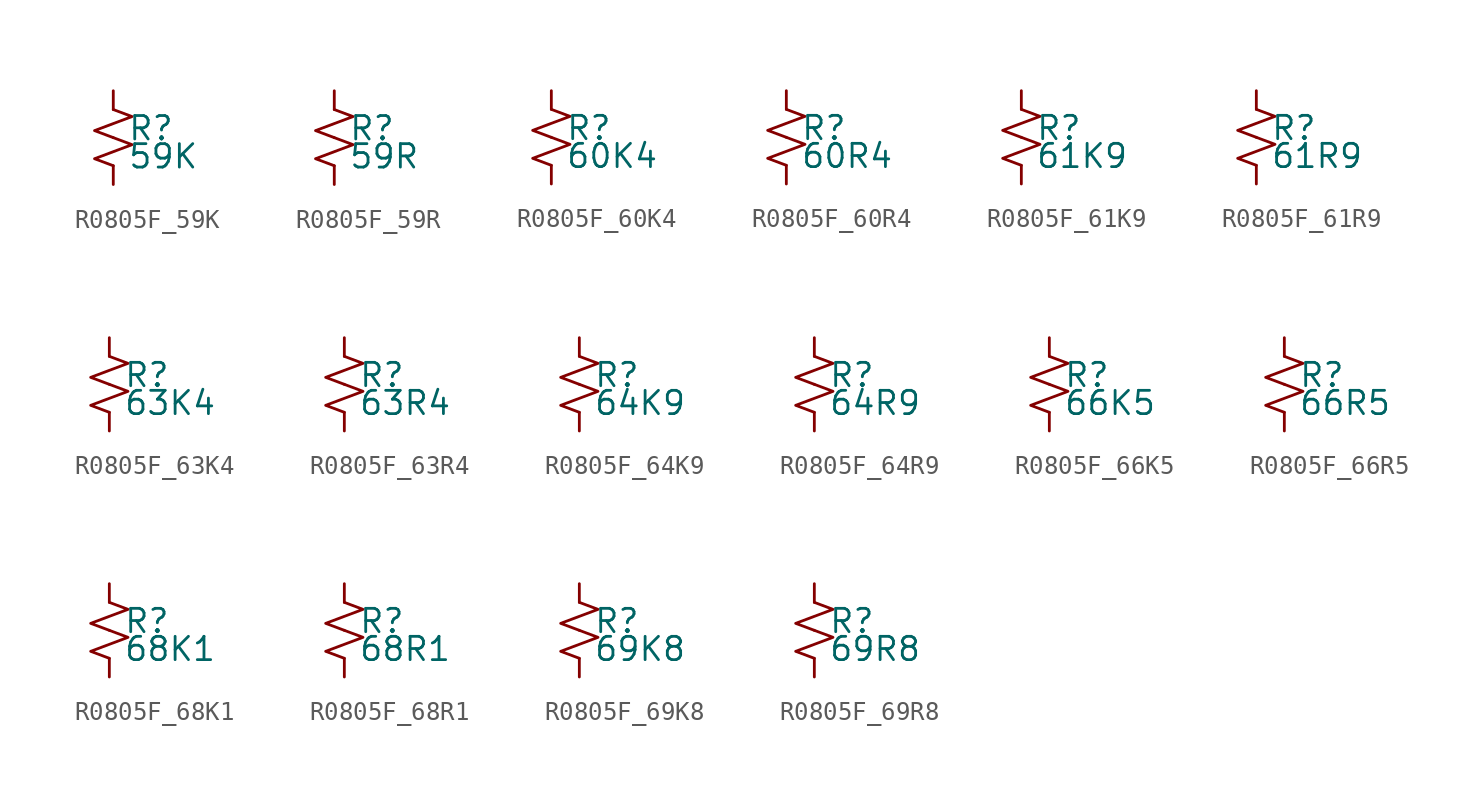
<source format=kicad_sym>
(kicad_symbol_lib
  (version 20220914)
  (generator kicad_symbol_editor)
  (symbol "R0805F_59K"
    (pin_numbers hide)
    (pin_names
      (offset 0.254) hide)
    (property "Reference" "R"
      (at 0.762 0.508 0)
      (effects (font (size 1.27 1.27)) (justify left)))
    (property "Value" "59K"
      (at 0.762 -1.016 0)
      (effects (font (size 1.27 1.27)) (justify left)))
    (symbol "R0805F_59K_1_1"
      (polyline (pts (xy 0 0) (xy 1.016 -0.381) (xy 0 -0.762) (xy -1.016 -1.143) (xy 0 -1.524)) (stroke (width 0) (type default)) (fill (type none)))
      (polyline (pts (xy 0 1.524) (xy 1.016 1.143) (xy 0 0.762) (xy -1.016 0.381) (xy 0 0)) (stroke (width 0) (type default)) (fill (type none)))
      (pin passive line (at 0 2.54 270) (length 1.016) (name "~" (effects (font (size 1.27 1.27)))) (number "1" (effects (font (size 1.27 1.27)))))
      (pin passive line (at 0 -2.54 90) (length 1.016) (name "~" (effects (font (size 1.27 1.27)))) (number "2" (effects (font (size 1.27 1.27)))))))
  (symbol "R0805F_59R"
    (pin_numbers hide)
    (pin_names
      (offset 0.254) hide)
    (property "Reference" "R"
      (at 0.762 0.508 0)
      (effects (font (size 1.27 1.27)) (justify left)))
    (property "Value" "59R"
      (at 0.762 -1.016 0)
      (effects (font (size 1.27 1.27)) (justify left)))
    (symbol "R0805F_59R_1_1"
      (polyline (pts (xy 0 0) (xy 1.016 -0.381) (xy 0 -0.762) (xy -1.016 -1.143) (xy 0 -1.524)) (stroke (width 0) (type default)) (fill (type none)))
      (polyline (pts (xy 0 1.524) (xy 1.016 1.143) (xy 0 0.762) (xy -1.016 0.381) (xy 0 0)) (stroke (width 0) (type default)) (fill (type none)))
      (pin passive line (at 0 2.54 270) (length 1.016) (name "~" (effects (font (size 1.27 1.27)))) (number "1" (effects (font (size 1.27 1.27)))))
      (pin passive line (at 0 -2.54 90) (length 1.016) (name "~" (effects (font (size 1.27 1.27)))) (number "2" (effects (font (size 1.27 1.27)))))))
  (symbol "R0805F_60K4"
    (pin_numbers hide)
    (pin_names
      (offset 0.254) hide)
    (property "Reference" "R"
      (at 0.762 0.508 0)
      (effects (font (size 1.27 1.27)) (justify left)))
    (property "Value" "60K4"
      (at 0.762 -1.016 0)
      (effects (font (size 1.27 1.27)) (justify left)))
    (symbol "R0805F_60K4_1_1"
      (polyline (pts (xy 0 0) (xy 1.016 -0.381) (xy 0 -0.762) (xy -1.016 -1.143) (xy 0 -1.524)) (stroke (width 0) (type default)) (fill (type none)))
      (polyline (pts (xy 0 1.524) (xy 1.016 1.143) (xy 0 0.762) (xy -1.016 0.381) (xy 0 0)) (stroke (width 0) (type default)) (fill (type none)))
      (pin passive line (at 0 2.54 270) (length 1.016) (name "~" (effects (font (size 1.27 1.27)))) (number "1" (effects (font (size 1.27 1.27)))))
      (pin passive line (at 0 -2.54 90) (length 1.016) (name "~" (effects (font (size 1.27 1.27)))) (number "2" (effects (font (size 1.27 1.27)))))))
  (symbol "R0805F_60R4"
    (pin_numbers hide)
    (pin_names
      (offset 0.254) hide)
    (property "Reference" "R"
      (at 0.762 0.508 0)
      (effects (font (size 1.27 1.27)) (justify left)))
    (property "Value" "60R4"
      (at 0.762 -1.016 0)
      (effects (font (size 1.27 1.27)) (justify left)))
    (symbol "R0805F_60R4_1_1"
      (polyline (pts (xy 0 0) (xy 1.016 -0.381) (xy 0 -0.762) (xy -1.016 -1.143) (xy 0 -1.524)) (stroke (width 0) (type default)) (fill (type none)))
      (polyline (pts (xy 0 1.524) (xy 1.016 1.143) (xy 0 0.762) (xy -1.016 0.381) (xy 0 0)) (stroke (width 0) (type default)) (fill (type none)))
      (pin passive line (at 0 2.54 270) (length 1.016) (name "~" (effects (font (size 1.27 1.27)))) (number "1" (effects (font (size 1.27 1.27)))))
      (pin passive line (at 0 -2.54 90) (length 1.016) (name "~" (effects (font (size 1.27 1.27)))) (number "2" (effects (font (size 1.27 1.27)))))))
  (symbol "R0805F_61K9"
    (pin_numbers hide)
    (pin_names
      (offset 0.254) hide)
    (property "Reference" "R"
      (at 0.762 0.508 0)
      (effects (font (size 1.27 1.27)) (justify left)))
    (property "Value" "61K9"
      (at 0.762 -1.016 0)
      (effects (font (size 1.27 1.27)) (justify left)))
    (symbol "R0805F_61K9_1_1"
      (polyline (pts (xy 0 0) (xy 1.016 -0.381) (xy 0 -0.762) (xy -1.016 -1.143) (xy 0 -1.524)) (stroke (width 0) (type default)) (fill (type none)))
      (polyline (pts (xy 0 1.524) (xy 1.016 1.143) (xy 0 0.762) (xy -1.016 0.381) (xy 0 0)) (stroke (width 0) (type default)) (fill (type none)))
      (pin passive line (at 0 2.54 270) (length 1.016) (name "~" (effects (font (size 1.27 1.27)))) (number "1" (effects (font (size 1.27 1.27)))))
      (pin passive line (at 0 -2.54 90) (length 1.016) (name "~" (effects (font (size 1.27 1.27)))) (number "2" (effects (font (size 1.27 1.27)))))))
  (symbol "R0805F_61R9"
    (pin_numbers hide)
    (pin_names
      (offset 0.254) hide)
    (property "Reference" "R"
      (at 0.762 0.508 0)
      (effects (font (size 1.27 1.27)) (justify left)))
    (property "Value" "61R9"
      (at 0.762 -1.016 0)
      (effects (font (size 1.27 1.27)) (justify left)))
    (symbol "R0805F_61R9_1_1"
      (polyline (pts (xy 0 0) (xy 1.016 -0.381) (xy 0 -0.762) (xy -1.016 -1.143) (xy 0 -1.524)) (stroke (width 0) (type default)) (fill (type none)))
      (polyline (pts (xy 0 1.524) (xy 1.016 1.143) (xy 0 0.762) (xy -1.016 0.381) (xy 0 0)) (stroke (width 0) (type default)) (fill (type none)))
      (pin passive line (at 0 2.54 270) (length 1.016) (name "~" (effects (font (size 1.27 1.27)))) (number "1" (effects (font (size 1.27 1.27)))))
      (pin passive line (at 0 -2.54 90) (length 1.016) (name "~" (effects (font (size 1.27 1.27)))) (number "2" (effects (font (size 1.27 1.27)))))))
  (symbol "R0805F_63K4"
    (pin_numbers hide)
    (pin_names
      (offset 0.254) hide)
    (property "Reference" "R"
      (at 0.762 0.508 0)
      (effects (font (size 1.27 1.27)) (justify left)))
    (property "Value" "63K4"
      (at 0.762 -1.016 0)
      (effects (font (size 1.27 1.27)) (justify left)))
    (symbol "R0805F_63K4_1_1"
      (polyline (pts (xy 0 0) (xy 1.016 -0.381) (xy 0 -0.762) (xy -1.016 -1.143) (xy 0 -1.524)) (stroke (width 0) (type default)) (fill (type none)))
      (polyline (pts (xy 0 1.524) (xy 1.016 1.143) (xy 0 0.762) (xy -1.016 0.381) (xy 0 0)) (stroke (width 0) (type default)) (fill (type none)))
      (pin passive line (at 0 2.54 270) (length 1.016) (name "~" (effects (font (size 1.27 1.27)))) (number "1" (effects (font (size 1.27 1.27)))))
      (pin passive line (at 0 -2.54 90) (length 1.016) (name "~" (effects (font (size 1.27 1.27)))) (number "2" (effects (font (size 1.27 1.27)))))))
  (symbol "R0805F_63R4"
    (pin_numbers hide)
    (pin_names
      (offset 0.254) hide)
    (property "Reference" "R"
      (at 0.762 0.508 0)
      (effects (font (size 1.27 1.27)) (justify left)))
    (property "Value" "63R4"
      (at 0.762 -1.016 0)
      (effects (font (size 1.27 1.27)) (justify left)))
    (symbol "R0805F_63R4_1_1"
      (polyline (pts (xy 0 0) (xy 1.016 -0.381) (xy 0 -0.762) (xy -1.016 -1.143) (xy 0 -1.524)) (stroke (width 0) (type default)) (fill (type none)))
      (polyline (pts (xy 0 1.524) (xy 1.016 1.143) (xy 0 0.762) (xy -1.016 0.381) (xy 0 0)) (stroke (width 0) (type default)) (fill (type none)))
      (pin passive line (at 0 2.54 270) (length 1.016) (name "~" (effects (font (size 1.27 1.27)))) (number "1" (effects (font (size 1.27 1.27)))))
      (pin passive line (at 0 -2.54 90) (length 1.016) (name "~" (effects (font (size 1.27 1.27)))) (number "2" (effects (font (size 1.27 1.27)))))))
  (symbol "R0805F_64K9"
    (pin_numbers hide)
    (pin_names
      (offset 0.254) hide)
    (property "Reference" "R"
      (at 0.762 0.508 0)
      (effects (font (size 1.27 1.27)) (justify left)))
    (property "Value" "64K9"
      (at 0.762 -1.016 0)
      (effects (font (size 1.27 1.27)) (justify left)))
    (symbol "R0805F_64K9_1_1"
      (polyline (pts (xy 0 0) (xy 1.016 -0.381) (xy 0 -0.762) (xy -1.016 -1.143) (xy 0 -1.524)) (stroke (width 0) (type default)) (fill (type none)))
      (polyline (pts (xy 0 1.524) (xy 1.016 1.143) (xy 0 0.762) (xy -1.016 0.381) (xy 0 0)) (stroke (width 0) (type default)) (fill (type none)))
      (pin passive line (at 0 2.54 270) (length 1.016) (name "~" (effects (font (size 1.27 1.27)))) (number "1" (effects (font (size 1.27 1.27)))))
      (pin passive line (at 0 -2.54 90) (length 1.016) (name "~" (effects (font (size 1.27 1.27)))) (number "2" (effects (font (size 1.27 1.27)))))))
  (symbol "R0805F_64R9"
    (pin_numbers hide)
    (pin_names
      (offset 0.254) hide)
    (property "Reference" "R"
      (at 0.762 0.508 0)
      (effects (font (size 1.27 1.27)) (justify left)))
    (property "Value" "64R9"
      (at 0.762 -1.016 0)
      (effects (font (size 1.27 1.27)) (justify left)))
    (symbol "R0805F_64R9_1_1"
      (polyline (pts (xy 0 0) (xy 1.016 -0.381) (xy 0 -0.762) (xy -1.016 -1.143) (xy 0 -1.524)) (stroke (width 0) (type default)) (fill (type none)))
      (polyline (pts (xy 0 1.524) (xy 1.016 1.143) (xy 0 0.762) (xy -1.016 0.381) (xy 0 0)) (stroke (width 0) (type default)) (fill (type none)))
      (pin passive line (at 0 2.54 270) (length 1.016) (name "~" (effects (font (size 1.27 1.27)))) (number "1" (effects (font (size 1.27 1.27)))))
      (pin passive line (at 0 -2.54 90) (length 1.016) (name "~" (effects (font (size 1.27 1.27)))) (number "2" (effects (font (size 1.27 1.27)))))))
  (symbol "R0805F_66K5"
    (pin_numbers hide)
    (pin_names
      (offset 0.254) hide)
    (property "Reference" "R"
      (at 0.762 0.508 0)
      (effects (font (size 1.27 1.27)) (justify left)))
    (property "Value" "66K5"
      (at 0.762 -1.016 0)
      (effects (font (size 1.27 1.27)) (justify left)))
    (symbol "R0805F_66K5_1_1"
      (polyline (pts (xy 0 0) (xy 1.016 -0.381) (xy 0 -0.762) (xy -1.016 -1.143) (xy 0 -1.524)) (stroke (width 0) (type default)) (fill (type none)))
      (polyline (pts (xy 0 1.524) (xy 1.016 1.143) (xy 0 0.762) (xy -1.016 0.381) (xy 0 0)) (stroke (width 0) (type default)) (fill (type none)))
      (pin passive line (at 0 2.54 270) (length 1.016) (name "~" (effects (font (size 1.27 1.27)))) (number "1" (effects (font (size 1.27 1.27)))))
      (pin passive line (at 0 -2.54 90) (length 1.016) (name "~" (effects (font (size 1.27 1.27)))) (number "2" (effects (font (size 1.27 1.27)))))))
  (symbol "R0805F_66R5"
    (pin_numbers hide)
    (pin_names
      (offset 0.254) hide)
    (property "Reference" "R"
      (at 0.762 0.508 0)
      (effects (font (size 1.27 1.27)) (justify left)))
    (property "Value" "66R5"
      (at 0.762 -1.016 0)
      (effects (font (size 1.27 1.27)) (justify left)))
    (symbol "R0805F_66R5_1_1"
      (polyline (pts (xy 0 0) (xy 1.016 -0.381) (xy 0 -0.762) (xy -1.016 -1.143) (xy 0 -1.524)) (stroke (width 0) (type default)) (fill (type none)))
      (polyline (pts (xy 0 1.524) (xy 1.016 1.143) (xy 0 0.762) (xy -1.016 0.381) (xy 0 0)) (stroke (width 0) (type default)) (fill (type none)))
      (pin passive line (at 0 2.54 270) (length 1.016) (name "~" (effects (font (size 1.27 1.27)))) (number "1" (effects (font (size 1.27 1.27)))))
      (pin passive line (at 0 -2.54 90) (length 1.016) (name "~" (effects (font (size 1.27 1.27)))) (number "2" (effects (font (size 1.27 1.27)))))))
  (symbol "R0805F_68K1"
    (pin_numbers hide)
    (pin_names
      (offset 0.254) hide)
    (property "Reference" "R"
      (at 0.762 0.508 0)
      (effects (font (size 1.27 1.27)) (justify left)))
    (property "Value" "68K1"
      (at 0.762 -1.016 0)
      (effects (font (size 1.27 1.27)) (justify left)))
    (symbol "R0805F_68K1_1_1"
      (polyline (pts (xy 0 0) (xy 1.016 -0.381) (xy 0 -0.762) (xy -1.016 -1.143) (xy 0 -1.524)) (stroke (width 0) (type default)) (fill (type none)))
      (polyline (pts (xy 0 1.524) (xy 1.016 1.143) (xy 0 0.762) (xy -1.016 0.381) (xy 0 0)) (stroke (width 0) (type default)) (fill (type none)))
      (pin passive line (at 0 2.54 270) (length 1.016) (name "~" (effects (font (size 1.27 1.27)))) (number "1" (effects (font (size 1.27 1.27)))))
      (pin passive line (at 0 -2.54 90) (length 1.016) (name "~" (effects (font (size 1.27 1.27)))) (number "2" (effects (font (size 1.27 1.27)))))))
  (symbol "R0805F_68R1"
    (pin_numbers hide)
    (pin_names
      (offset 0.254) hide)
    (property "Reference" "R"
      (at 0.762 0.508 0)
      (effects (font (size 1.27 1.27)) (justify left)))
    (property "Value" "68R1"
      (at 0.762 -1.016 0)
      (effects (font (size 1.27 1.27)) (justify left)))
    (symbol "R0805F_68R1_1_1"
      (polyline (pts (xy 0 0) (xy 1.016 -0.381) (xy 0 -0.762) (xy -1.016 -1.143) (xy 0 -1.524)) (stroke (width 0) (type default)) (fill (type none)))
      (polyline (pts (xy 0 1.524) (xy 1.016 1.143) (xy 0 0.762) (xy -1.016 0.381) (xy 0 0)) (stroke (width 0) (type default)) (fill (type none)))
      (pin passive line (at 0 2.54 270) (length 1.016) (name "~" (effects (font (size 1.27 1.27)))) (number "1" (effects (font (size 1.27 1.27)))))
      (pin passive line (at 0 -2.54 90) (length 1.016) (name "~" (effects (font (size 1.27 1.27)))) (number "2" (effects (font (size 1.27 1.27)))))))
  (symbol "R0805F_69K8"
    (pin_numbers hide)
    (pin_names
      (offset 0.254) hide)
    (property "Reference" "R"
      (at 0.762 0.508 0)
      (effects (font (size 1.27 1.27)) (justify left)))
    (property "Value" "69K8"
      (at 0.762 -1.016 0)
      (effects (font (size 1.27 1.27)) (justify left)))
    (symbol "R0805F_69K8_1_1"
      (polyline (pts (xy 0 0) (xy 1.016 -0.381) (xy 0 -0.762) (xy -1.016 -1.143) (xy 0 -1.524)) (stroke (width 0) (type default)) (fill (type none)))
      (polyline (pts (xy 0 1.524) (xy 1.016 1.143) (xy 0 0.762) (xy -1.016 0.381) (xy 0 0)) (stroke (width 0) (type default)) (fill (type none)))
      (pin passive line (at 0 2.54 270) (length 1.016) (name "~" (effects (font (size 1.27 1.27)))) (number "1" (effects (font (size 1.27 1.27)))))
      (pin passive line (at 0 -2.54 90) (length 1.016) (name "~" (effects (font (size 1.27 1.27)))) (number "2" (effects (font (size 1.27 1.27)))))))
  (symbol "R0805F_69R8"
    (pin_numbers hide)
    (pin_names
      (offset 0.254) hide)
    (property "Reference" "R"
      (at 0.762 0.508 0)
      (effects (font (size 1.27 1.27)) (justify left)))
    (property "Value" "69R8"
      (at 0.762 -1.016 0)
      (effects (font (size 1.27 1.27)) (justify left)))
    (symbol "R0805F_69R8_1_1"
      (polyline (pts (xy 0 0) (xy 1.016 -0.381) (xy 0 -0.762) (xy -1.016 -1.143) (xy 0 -1.524)) (stroke (width 0) (type default)) (fill (type none)))
      (polyline (pts (xy 0 1.524) (xy 1.016 1.143) (xy 0 0.762) (xy -1.016 0.381) (xy 0 0)) (stroke (width 0) (type default)) (fill (type none)))
      (pin passive line (at 0 2.54 270) (length 1.016) (name "~" (effects (font (size 1.27 1.27)))) (number "1" (effects (font (size 1.27 1.27)))))
      (pin passive line (at 0 -2.54 90) (length 1.016) (name "~" (effects (font (size 1.27 1.27)))) (number "2" (effects (font (size 1.27 1.27))))))))
</source>
